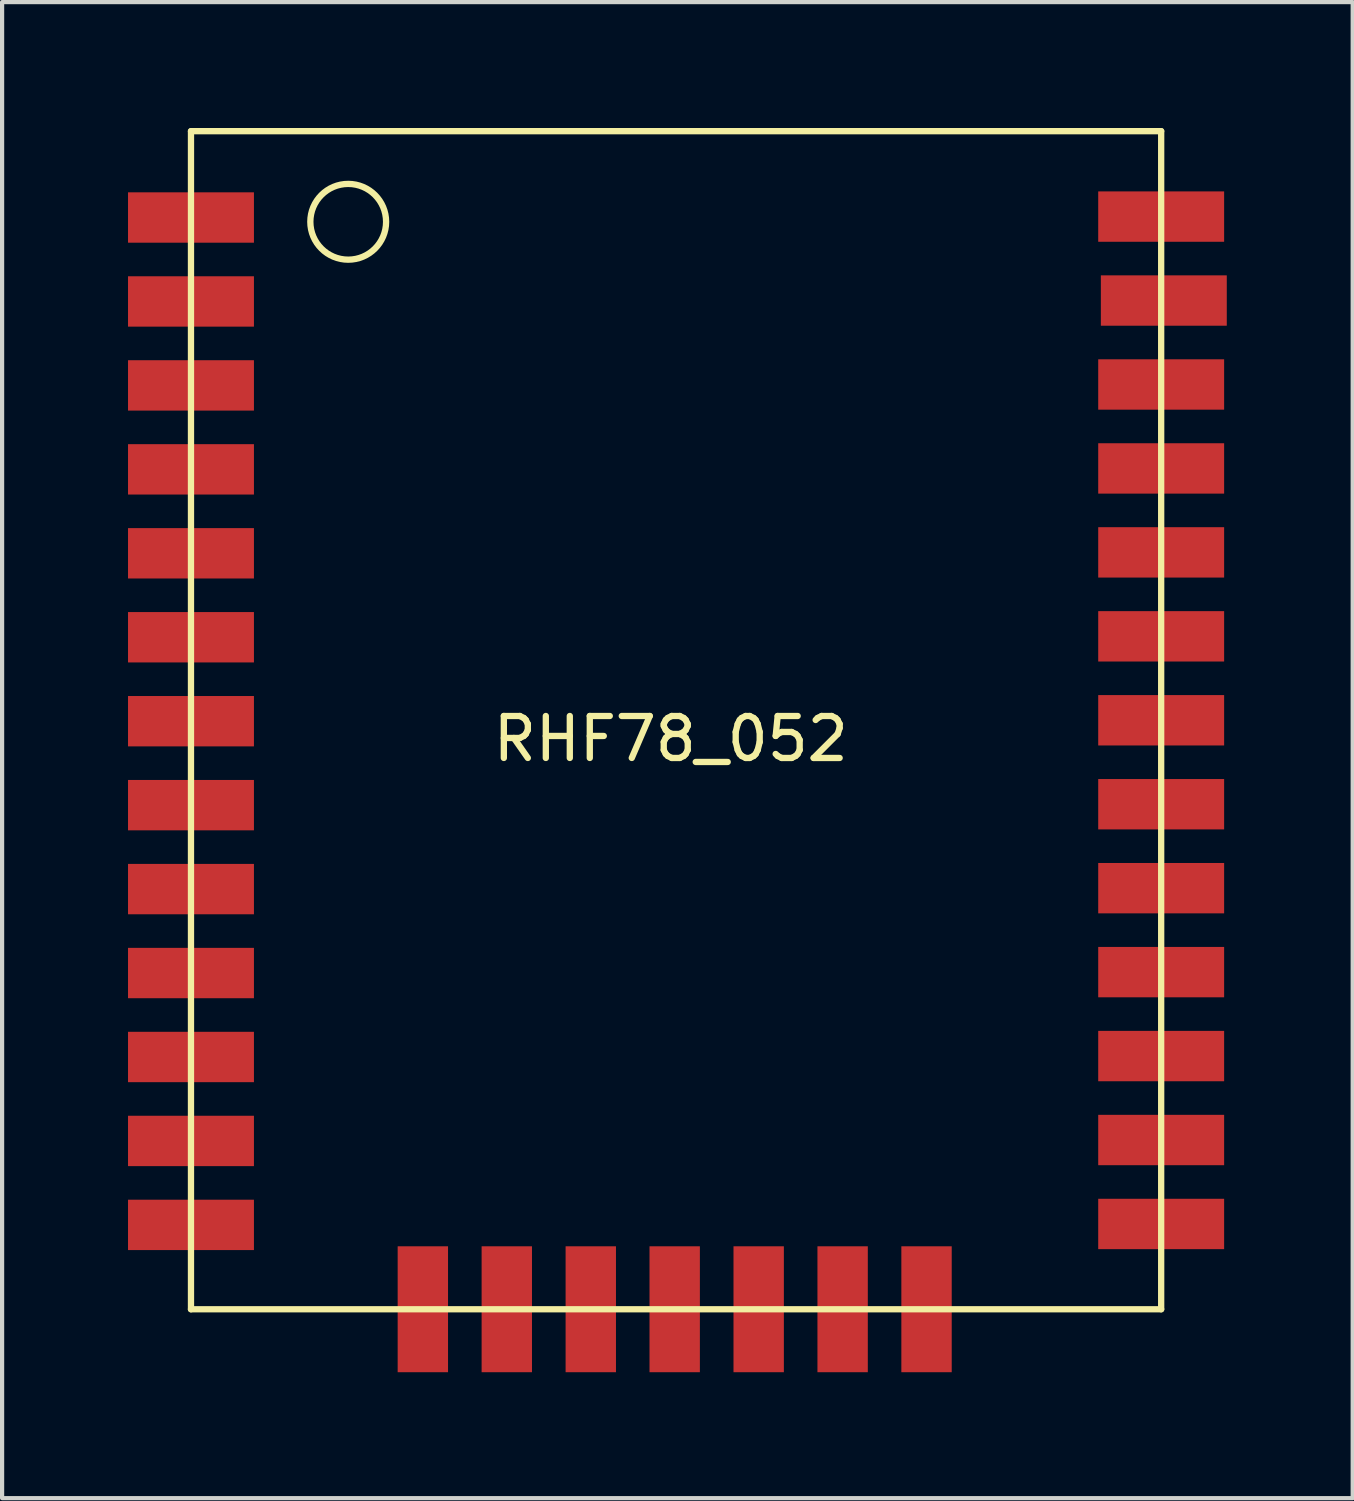
<source format=kicad_pcb>
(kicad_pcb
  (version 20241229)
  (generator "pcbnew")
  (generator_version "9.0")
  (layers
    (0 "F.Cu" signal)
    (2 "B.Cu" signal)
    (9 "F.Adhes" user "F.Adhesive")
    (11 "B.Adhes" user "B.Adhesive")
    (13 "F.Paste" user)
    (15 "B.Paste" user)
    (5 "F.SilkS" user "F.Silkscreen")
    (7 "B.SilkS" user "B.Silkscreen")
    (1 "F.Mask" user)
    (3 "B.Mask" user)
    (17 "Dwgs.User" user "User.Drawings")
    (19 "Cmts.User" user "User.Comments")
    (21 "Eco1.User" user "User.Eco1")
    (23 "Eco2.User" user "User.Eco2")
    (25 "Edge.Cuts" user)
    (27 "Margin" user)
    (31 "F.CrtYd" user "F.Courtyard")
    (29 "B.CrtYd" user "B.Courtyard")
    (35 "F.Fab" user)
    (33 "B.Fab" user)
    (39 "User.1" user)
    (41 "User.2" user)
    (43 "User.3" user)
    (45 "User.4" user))
  (footprint "RHF78_052"
    (layer "F.Cu")
    (at 13.184 13.918)
    (property "Reference" "RHF78_052" (at -0.254 0.635 0) (layer "F.SilkS") (effects (font (size 1 1) (thickness 0.15))))
    (attr through_hole)
    (fp_line (start -11.684 -13.843) (end -11.684 14.224) (stroke (width 0.15) (type solid)) (layer "F.SilkS"))
    (fp_line (start -11.684 -13.843) (end 11.43 -13.843) (stroke (width 0.15) (type solid)) (layer "F.SilkS"))
    (fp_line (start -11.684 14.224) (end 11.43 14.224) (stroke (width 0.15) (type solid)) (layer "F.SilkS"))
    (fp_line (start 11.43 -13.843) (end 11.43 14.224) (stroke (width 0.15) (type solid)) (layer "F.SilkS"))
    (fp_circle (center -7.938 -11.684) (end -7.239 -11.113) (stroke (width 0.15) (type solid)) (fill no) (layer "F.SilkS"))
    (pad "1" smd custom (at -11.684 -11.786) (size 3 1.2) (layers "F.Cu" "F.Mask" "F.Paste") (options (anchor rect)) (primitives))
    (pad "2" smd custom (at -11.684 -9.786) (size 3 1.2) (layers "F.Cu" "F.Mask" "F.Paste") (options (anchor rect)) (primitives))
    (pad "3" smd custom (at -11.684 -7.786) (size 3 1.2) (layers "F.Cu" "F.Mask" "F.Paste") (options (anchor rect)) (primitives))
    (pad "4" smd custom (at -11.684 -5.786) (size 3 1.2) (layers "F.Cu" "F.Mask" "F.Paste") (options (anchor rect)) (primitives))
    (pad "5" smd custom (at -11.684 -3.786) (size 3 1.2) (layers "F.Cu" "F.Mask" "F.Paste") (options (anchor rect)) (primitives))
    (pad "6" smd custom (at -11.684 -1.786) (size 3 1.2) (layers "F.Cu" "F.Mask" "F.Paste") (options (anchor rect)) (primitives))
    (pad "7" smd custom (at -11.684 0.214) (size 3 1.2) (layers "F.Cu" "F.Mask" "F.Paste") (options (anchor rect)) (primitives))
    (pad "8" smd custom (at -11.684 2.214) (size 3 1.2) (layers "F.Cu" "F.Mask" "F.Paste") (options (anchor rect)) (primitives))
    (pad "9" smd custom (at -11.684 4.214) (size 3 1.2) (layers "F.Cu" "F.Mask" "F.Paste") (options (anchor rect)) (primitives))
    (pad "10" smd custom (at -11.684 6.214) (size 3 1.2) (layers "F.Cu" "F.Mask" "F.Paste") (options (anchor rect)) (primitives))
    (pad "11" smd custom (at -11.684 8.214) (size 3 1.2) (layers "F.Cu" "F.Mask" "F.Paste") (options (anchor rect)) (primitives))
    (pad "12" smd custom (at -11.684 10.214) (size 3 1.2) (layers "F.Cu" "F.Mask" "F.Paste") (options (anchor rect)) (primitives))
    (pad "13" smd custom (at -11.684 12.214) (size 3 1.2) (layers "F.Cu" "F.Mask" "F.Paste") (options (anchor rect)) (primitives))
    (pad "14" smd custom (at -6.16 14.224) (size 1.2 3) (layers "F.Cu" "F.Mask" "F.Paste") (options (anchor rect)) (primitives))
    (pad "15" smd custom (at -4.16 14.224) (size 1.2 3) (layers "F.Cu" "F.Mask" "F.Paste") (options (anchor rect)) (primitives))
    (pad "16" smd custom (at -2.159 14.224) (size 1.2 3) (layers "F.Cu" "F.Mask" "F.Paste") (options (anchor rect)) (primitives))
    (pad "17" smd custom (at -0.16 14.224) (size 1.2 3) (layers "F.Cu" "F.Mask" "F.Paste") (options (anchor rect)) (primitives))
    (pad "18" smd custom (at 1.841 14.224) (size 1.2 3) (layers "F.Cu" "F.Mask" "F.Paste") (options (anchor rect)) (primitives))
    (pad "19" smd custom (at 3.841 14.224) (size 1.2 3) (layers "F.Cu" "F.Mask" "F.Paste") (options (anchor rect)) (primitives))
    (pad "20" smd custom (at 5.84 14.224) (size 1.2 3) (layers "F.Cu" "F.Mask" "F.Paste") (options (anchor rect)) (primitives))
    (pad "21" smd custom (at 11.43 12.192) (size 3 1.2) (layers "F.Cu" "F.Mask" "F.Paste") (options (anchor rect)) (primitives))
    (pad "22" smd custom (at 11.43 10.192) (size 3 1.2) (layers "F.Cu" "F.Mask" "F.Paste") (options (anchor rect)) (primitives))
    (pad "23" smd custom (at 11.43 8.192) (size 3 1.2) (layers "F.Cu" "F.Mask" "F.Paste") (options (anchor rect)) (primitives))
    (pad "24" smd custom (at 11.43 6.192) (size 3 1.2) (layers "F.Cu" "F.Mask" "F.Paste") (options (anchor rect)) (primitives))
    (pad "25" smd custom (at 11.43 4.192) (size 3 1.2) (layers "F.Cu" "F.Mask" "F.Paste") (options (anchor rect)) (primitives))
    (pad "26" smd custom (at 11.43 2.192) (size 3 1.2) (layers "F.Cu" "F.Mask" "F.Paste") (options (anchor rect)) (primitives))
    (pad "27" smd custom (at 11.43 0.192) (size 3 1.2) (layers "F.Cu" "F.Mask" "F.Paste") (options (anchor rect)) (primitives))
    (pad "28" smd custom (at 11.43 -1.808) (size 3 1.2) (layers "F.Cu" "F.Mask" "F.Paste") (options (anchor rect)) (primitives))
    (pad "29" smd custom (at 11.43 -3.808) (size 3 1.2) (layers "F.Cu" "F.Mask" "F.Paste") (options (anchor rect)) (primitives))
    (pad "30" smd custom (at 11.43 -5.808) (size 3 1.2) (layers "F.Cu" "F.Mask" "F.Paste") (options (anchor rect)) (primitives))
    (pad "31" smd custom (at 11.43 -7.808) (size 3 1.2) (layers "F.Cu" "F.Mask" "F.Paste") (options (anchor rect)) (primitives))
    (pad "32" smd custom (at 11.493 -9.808) (size 3 1.2) (layers "F.Cu" "F.Mask" "F.Paste") (options (anchor rect)) (primitives))
    (pad "33" smd custom (at 11.43 -11.808) (size 3 1.2) (layers "F.Cu" "F.Mask" "F.Paste") (options (anchor rect)) (primitives)))
  (gr_rect
    (start -3 -3)
    (end 29.177 32.642)
    (stroke (width 0.1) (type default))
    (fill no)
    (layer "Edge.Cuts")))
</source>
